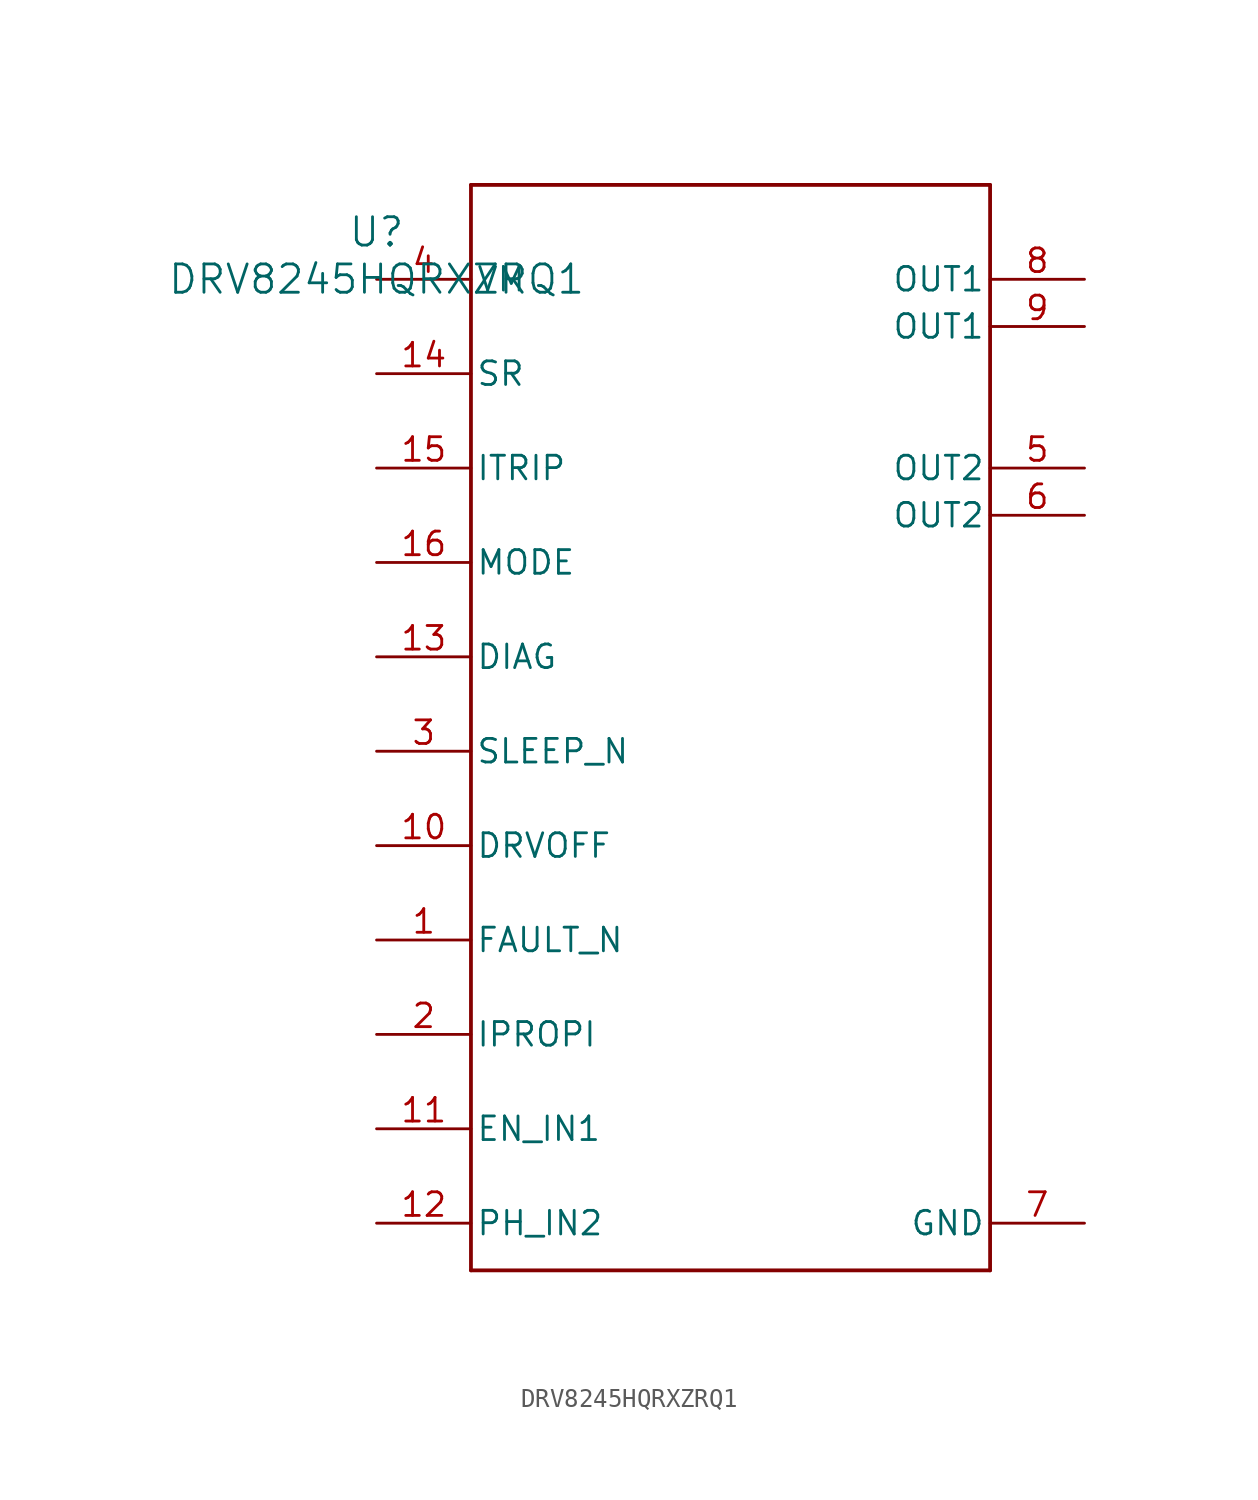
<source format=kicad_sym>
(kicad_symbol_lib
  (version 20211014)
  (generator kicad_symbol_editor)
  (symbol "DRV8245HQRXZRQ1"
    (pin_names
      (offset 0.254))
    (property "Reference" "U"
      (at 0 2.54 0)
      (effects (font (size 1.524 1.524))))
    (property "Value" "DRV8245HQRXZRQ1"
      (at 0 0 0)
      (effects (font (size 1.524 1.524))))
    (symbol "DRV8245HQRXZRQ1_0_1"
      (polyline (pts (xy 5.08 -53.34) (xy 33.02 -53.34)) (stroke (width 0.203) (type default) (color 0 0 0 0)) (fill (type none)))
      (polyline (pts (xy 33.02 -53.34) (xy 33.02 5.08)) (stroke (width 0.203) (type default) (color 0 0 0 0)) (fill (type none)))
      (polyline (pts (xy 33.02 5.08) (xy 5.08 5.08)) (stroke (width 0.203) (type default) (color 0 0 0 0)) (fill (type none)))
      (polyline (pts (xy 5.08 5.08) (xy 5.08 -53.34)) (stroke (width 0.203) (type default) (color 0 0 0 0)) (fill (type none)))
      (pin open_collector line (at 0 -35.56 0) (length 5.08) (name "FAULT_N" (effects (font (size 1.27 1.27)))) (number "1" (effects (font (size 1.27 1.27)))))
      (pin unspecified line (at 0 -40.64 0) (length 5.08) (name "IPROPI" (effects (font (size 1.27 1.27)))) (number "2" (effects (font (size 1.27 1.27)))))
      (pin input line (at 0 -25.4 0) (length 5.08) (name "SLEEP_N" (effects (font (size 1.27 1.27)))) (number "3" (effects (font (size 1.27 1.27)))))
      (pin power_in line (at 0 0 0) (length 5.08) (name "VM" (effects (font (size 1.27 1.27)))) (number "4" (effects (font (size 1.27 1.27)))))
      (pin unspecified line (at 38.1 -10.16 180) (length 5.08) (name "OUT2" (effects (font (size 1.27 1.27)))) (number "5" (effects (font (size 1.27 1.27)))))
      (pin unspecified line (at 38.1 -12.7 180) (length 5.08) (name "OUT2" (effects (font (size 1.27 1.27)))) (number "6" (effects (font (size 1.27 1.27)))))
      (pin power_in line (at 38.1 -50.8 180) (length 5.08) (name "GND" (effects (font (size 1.27 1.27)))) (number "7" (effects (font (size 1.27 1.27)))))
      (pin unspecified line (at 38.1 0 180) (length 5.08) (name "OUT1" (effects (font (size 1.27 1.27)))) (number "8" (effects (font (size 1.27 1.27)))))
      (pin unspecified line (at 38.1 -2.54 180) (length 5.08) (name "OUT1" (effects (font (size 1.27 1.27)))) (number "9" (effects (font (size 1.27 1.27)))))
      (pin input line (at 0 -30.48 0) (length 5.08) (name "DRVOFF" (effects (font (size 1.27 1.27)))) (number "10" (effects (font (size 1.27 1.27)))))
      (pin input line (at 0 -45.72 0) (length 5.08) (name "EN_IN1" (effects (font (size 1.27 1.27)))) (number "11" (effects (font (size 1.27 1.27)))))
      (pin input line (at 0 -50.8 0) (length 5.08) (name "PH_IN2" (effects (font (size 1.27 1.27)))) (number "12" (effects (font (size 1.27 1.27)))))
      (pin unspecified line (at 0 -20.32 0) (length 5.08) (name "DIAG" (effects (font (size 1.27 1.27)))) (number "13" (effects (font (size 1.27 1.27)))))
      (pin unspecified line (at 0 -5.08 0) (length 5.08) (name "SR" (effects (font (size 1.27 1.27)))) (number "14" (effects (font (size 1.27 1.27)))))
      (pin unspecified line (at 0 -10.16 0) (length 5.08) (name "ITRIP" (effects (font (size 1.27 1.27)))) (number "15" (effects (font (size 1.27 1.27)))))
      (pin unspecified line (at 0 -15.24 0) (length 5.08) (name "MODE" (effects (font (size 1.27 1.27)))) (number "16" (effects (font (size 1.27 1.27))))))))
</source>
